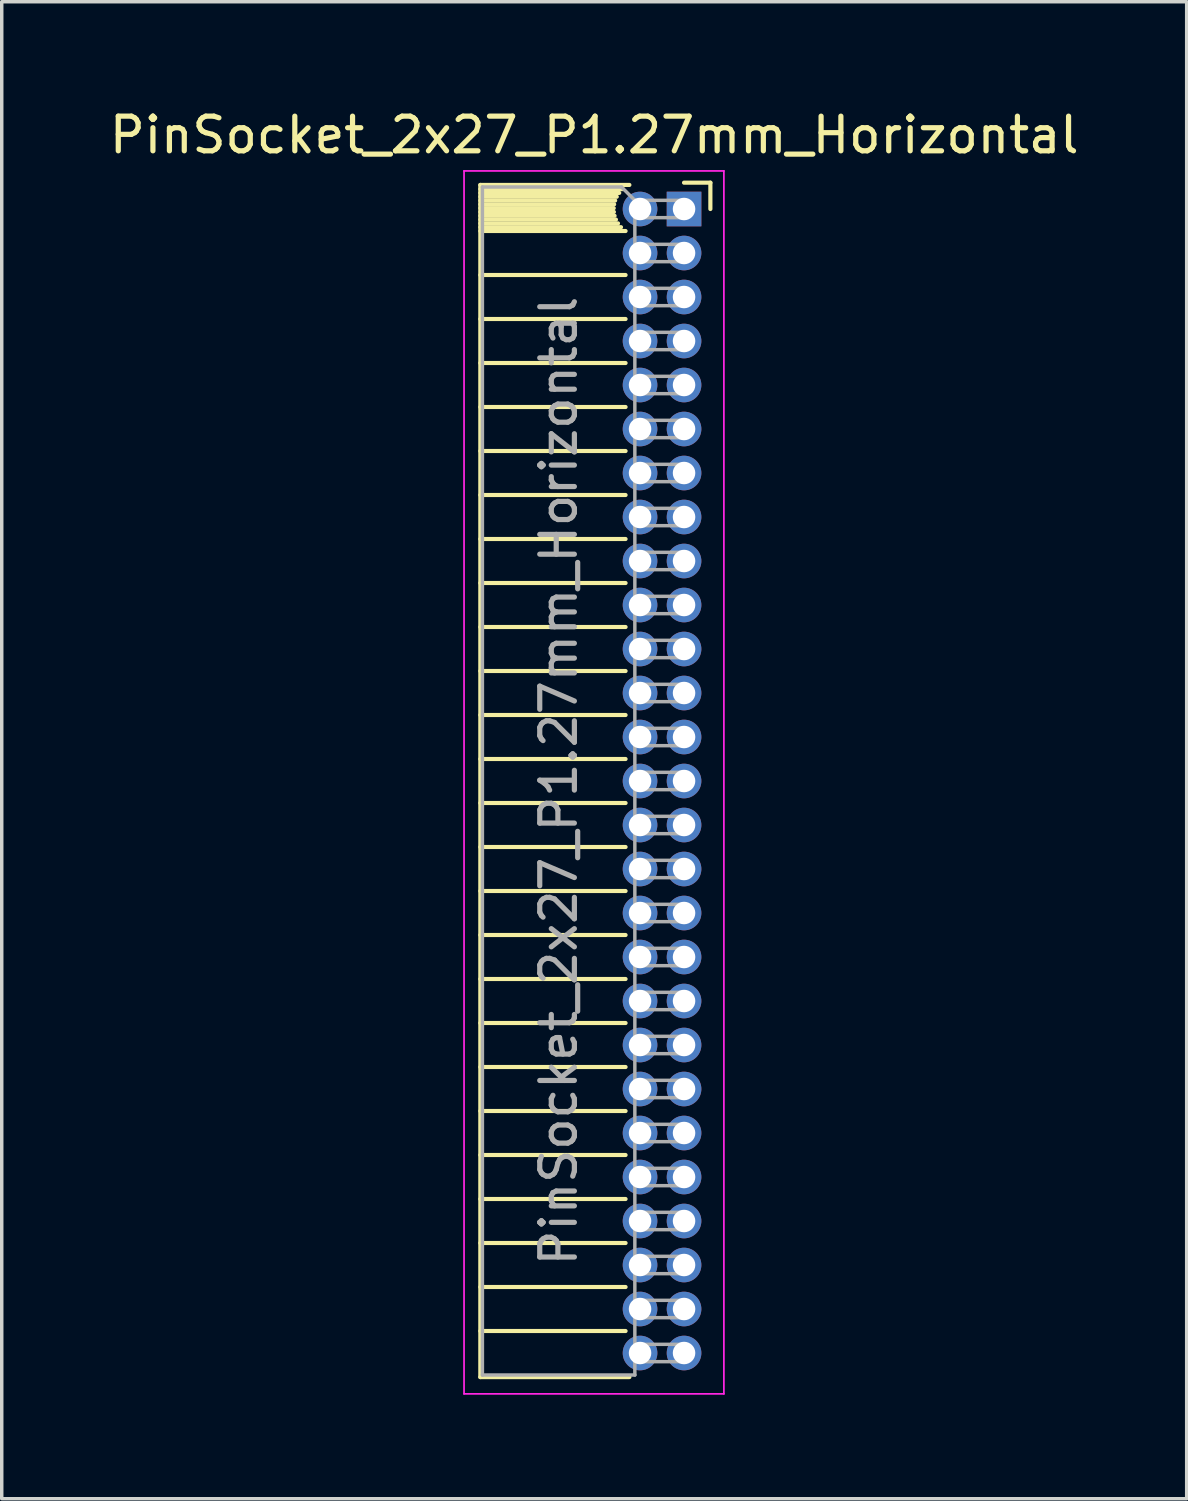
<source format=kicad_pcb>
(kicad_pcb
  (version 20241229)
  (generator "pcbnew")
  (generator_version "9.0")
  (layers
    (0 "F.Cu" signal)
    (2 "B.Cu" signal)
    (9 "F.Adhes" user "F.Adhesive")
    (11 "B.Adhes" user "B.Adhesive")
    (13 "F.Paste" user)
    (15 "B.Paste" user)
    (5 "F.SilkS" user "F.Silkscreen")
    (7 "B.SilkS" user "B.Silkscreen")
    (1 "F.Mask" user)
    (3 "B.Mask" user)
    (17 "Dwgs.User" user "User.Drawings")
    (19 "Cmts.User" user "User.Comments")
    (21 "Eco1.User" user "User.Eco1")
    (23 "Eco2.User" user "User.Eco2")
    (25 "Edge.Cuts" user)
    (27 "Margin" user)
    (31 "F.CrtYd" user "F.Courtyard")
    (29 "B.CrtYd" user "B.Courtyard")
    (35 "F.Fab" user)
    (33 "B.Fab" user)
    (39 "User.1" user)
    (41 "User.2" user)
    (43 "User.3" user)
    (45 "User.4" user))
  (footprint "PinSocket_2x27_P1.27mm_Horizontal"
    (layer "F.Cu")
    (at 16.694 2.983)
    (property "Reference" "PinSocket_2x27_P1.27mm_Horizontal" (at -2.592 -2.135 0) (layer "F.SilkS") (effects (font (size 1 1) (thickness 0.15))))
    (attr through_hole)
    (fp_line (start -5.88 -0.695) (end -5.88 33.715) (stroke (width 0.12) (type solid)) (layer "F.SilkS"))
    (fp_line (start -5.88 -0.695) (end -1.578 -0.695) (stroke (width 0.12) (type solid)) (layer "F.SilkS"))
    (fp_line (start -5.88 -0.575) (end -1.767 -0.575) (stroke (width 0.12) (type solid)) (layer "F.SilkS"))
    (fp_line (start -5.88 -0.465) (end -1.871 -0.465) (stroke (width 0.12) (type solid)) (layer "F.SilkS"))
    (fp_line (start -5.88 -0.355) (end -1.942 -0.355) (stroke (width 0.12) (type solid)) (layer "F.SilkS"))
    (fp_line (start -5.88 -0.245) (end -1.989 -0.245) (stroke (width 0.12) (type solid)) (layer "F.SilkS"))
    (fp_line (start -5.88 -0.135) (end -2.018 -0.135) (stroke (width 0.12) (type solid)) (layer "F.SilkS"))
    (fp_line (start -5.88 -0.025) (end -2.03 -0.025) (stroke (width 0.12) (type solid)) (layer "F.SilkS"))
    (fp_line (start -5.88 0.085) (end -2.025 0.085) (stroke (width 0.12) (type solid)) (layer "F.SilkS"))
    (fp_line (start -5.88 0.195) (end -2.005 0.195) (stroke (width 0.12) (type solid)) (layer "F.SilkS"))
    (fp_line (start -5.88 0.305) (end -1.966 0.305) (stroke (width 0.12) (type solid)) (layer "F.SilkS"))
    (fp_line (start -5.88 0.415) (end -1.907 0.415) (stroke (width 0.12) (type solid)) (layer "F.SilkS"))
    (fp_line (start -5.88 0.525) (end -1.82 0.525) (stroke (width 0.12) (type solid)) (layer "F.SilkS"))
    (fp_line (start -5.88 0.635) (end -1.688 0.635) (stroke (width 0.12) (type solid)) (layer "F.SilkS"))
    (fp_line (start -5.88 1.905) (end -1.688 1.905) (stroke (width 0.12) (type solid)) (layer "F.SilkS"))
    (fp_line (start -5.88 3.175) (end -1.688 3.175) (stroke (width 0.12) (type solid)) (layer "F.SilkS"))
    (fp_line (start -5.88 4.445) (end -1.688 4.445) (stroke (width 0.12) (type solid)) (layer "F.SilkS"))
    (fp_line (start -5.88 5.715) (end -1.688 5.715) (stroke (width 0.12) (type solid)) (layer "F.SilkS"))
    (fp_line (start -5.88 6.985) (end -1.688 6.985) (stroke (width 0.12) (type solid)) (layer "F.SilkS"))
    (fp_line (start -5.88 8.255) (end -1.688 8.255) (stroke (width 0.12) (type solid)) (layer "F.SilkS"))
    (fp_line (start -5.88 9.525) (end -1.688 9.525) (stroke (width 0.12) (type solid)) (layer "F.SilkS"))
    (fp_line (start -5.88 10.795) (end -1.688 10.795) (stroke (width 0.12) (type solid)) (layer "F.SilkS"))
    (fp_line (start -5.88 12.065) (end -1.688 12.065) (stroke (width 0.12) (type solid)) (layer "F.SilkS"))
    (fp_line (start -5.88 13.335) (end -1.688 13.335) (stroke (width 0.12) (type solid)) (layer "F.SilkS"))
    (fp_line (start -5.88 14.605) (end -1.688 14.605) (stroke (width 0.12) (type solid)) (layer "F.SilkS"))
    (fp_line (start -5.88 15.875) (end -1.688 15.875) (stroke (width 0.12) (type solid)) (layer "F.SilkS"))
    (fp_line (start -5.88 17.145) (end -1.688 17.145) (stroke (width 0.12) (type solid)) (layer "F.SilkS"))
    (fp_line (start -5.88 18.415) (end -1.688 18.415) (stroke (width 0.12) (type solid)) (layer "F.SilkS"))
    (fp_line (start -5.88 19.685) (end -1.688 19.685) (stroke (width 0.12) (type solid)) (layer "F.SilkS"))
    (fp_line (start -5.88 20.955) (end -1.688 20.955) (stroke (width 0.12) (type solid)) (layer "F.SilkS"))
    (fp_line (start -5.88 22.225) (end -1.688 22.225) (stroke (width 0.12) (type solid)) (layer "F.SilkS"))
    (fp_line (start -5.88 23.495) (end -1.688 23.495) (stroke (width 0.12) (type solid)) (layer "F.SilkS"))
    (fp_line (start -5.88 24.765) (end -1.688 24.765) (stroke (width 0.12) (type solid)) (layer "F.SilkS"))
    (fp_line (start -5.88 26.035) (end -1.688 26.035) (stroke (width 0.12) (type solid)) (layer "F.SilkS"))
    (fp_line (start -5.88 27.305) (end -1.688 27.305) (stroke (width 0.12) (type solid)) (layer "F.SilkS"))
    (fp_line (start -5.88 28.575) (end -1.688 28.575) (stroke (width 0.12) (type solid)) (layer "F.SilkS"))
    (fp_line (start -5.88 29.845) (end -1.688 29.845) (stroke (width 0.12) (type solid)) (layer "F.SilkS"))
    (fp_line (start -5.88 31.115) (end -1.688 31.115) (stroke (width 0.12) (type solid)) (layer "F.SilkS"))
    (fp_line (start -5.88 32.385) (end -1.688 32.385) (stroke (width 0.12) (type solid)) (layer "F.SilkS"))
    (fp_line (start -5.88 33.715) (end -1.578 33.715) (stroke (width 0.12) (type solid)) (layer "F.SilkS"))
    (fp_line (start 0 -0.76) (end 0.76 -0.76) (stroke (width 0.12) (type solid)) (layer "F.SilkS"))
    (fp_line (start 0.76 -0.76) (end 0.76 0) (stroke (width 0.12) (type solid)) (layer "F.SilkS"))
    (fp_line (start -6.35 -1.1) (end -6.35 34.2) (stroke (width 0.05) (type solid)) (layer "F.CrtYd"))
    (fp_line (start -6.35 34.2) (end 1.15 34.2) (stroke (width 0.05) (type solid)) (layer "F.CrtYd"))
    (fp_line (start 1.15 -1.1) (end -6.35 -1.1) (stroke (width 0.05) (type solid)) (layer "F.CrtYd"))
    (fp_line (start 1.15 34.2) (end 1.15 -1.1) (stroke (width 0.05) (type solid)) (layer "F.CrtYd"))
    (fp_line (start -5.82 -0.635) (end -1.805 -0.635) (stroke (width 0.1) (type solid)) (layer "F.Fab"))
    (fp_line (start -5.82 33.655) (end -5.82 -0.635) (stroke (width 0.1) (type solid)) (layer "F.Fab"))
    (fp_line (start -1.805 -0.635) (end -1.42 -0.25) (stroke (width 0.1) (type solid)) (layer "F.Fab"))
    (fp_line (start -1.42 -0.25) (end -1.42 33.655) (stroke (width 0.1) (type solid)) (layer "F.Fab"))
    (fp_line (start -1.42 0.25) (end 0 0.25) (stroke (width 0.1) (type solid)) (layer "F.Fab"))
    (fp_line (start -1.42 1.52) (end 0 1.52) (stroke (width 0.1) (type solid)) (layer "F.Fab"))
    (fp_line (start -1.42 2.79) (end 0 2.79) (stroke (width 0.1) (type solid)) (layer "F.Fab"))
    (fp_line (start -1.42 4.06) (end 0 4.06) (stroke (width 0.1) (type solid)) (layer "F.Fab"))
    (fp_line (start -1.42 5.33) (end 0 5.33) (stroke (width 0.1) (type solid)) (layer "F.Fab"))
    (fp_line (start -1.42 6.6) (end 0 6.6) (stroke (width 0.1) (type solid)) (layer "F.Fab"))
    (fp_line (start -1.42 7.87) (end 0 7.87) (stroke (width 0.1) (type solid)) (layer "F.Fab"))
    (fp_line (start -1.42 9.14) (end 0 9.14) (stroke (width 0.1) (type solid)) (layer "F.Fab"))
    (fp_line (start -1.42 10.41) (end 0 10.41) (stroke (width 0.1) (type solid)) (layer "F.Fab"))
    (fp_line (start -1.42 11.68) (end 0 11.68) (stroke (width 0.1) (type solid)) (layer "F.Fab"))
    (fp_line (start -1.42 12.95) (end 0 12.95) (stroke (width 0.1) (type solid)) (layer "F.Fab"))
    (fp_line (start -1.42 14.22) (end 0 14.22) (stroke (width 0.1) (type solid)) (layer "F.Fab"))
    (fp_line (start -1.42 15.49) (end 0 15.49) (stroke (width 0.1) (type solid)) (layer "F.Fab"))
    (fp_line (start -1.42 16.76) (end 0 16.76) (stroke (width 0.1) (type solid)) (layer "F.Fab"))
    (fp_line (start -1.42 18.03) (end 0 18.03) (stroke (width 0.1) (type solid)) (layer "F.Fab"))
    (fp_line (start -1.42 19.3) (end 0 19.3) (stroke (width 0.1) (type solid)) (layer "F.Fab"))
    (fp_line (start -1.42 20.57) (end 0 20.57) (stroke (width 0.1) (type solid)) (layer "F.Fab"))
    (fp_line (start -1.42 21.84) (end 0 21.84) (stroke (width 0.1) (type solid)) (layer "F.Fab"))
    (fp_line (start -1.42 23.11) (end 0 23.11) (stroke (width 0.1) (type solid)) (layer "F.Fab"))
    (fp_line (start -1.42 24.38) (end 0 24.38) (stroke (width 0.1) (type solid)) (layer "F.Fab"))
    (fp_line (start -1.42 25.65) (end 0 25.65) (stroke (width 0.1) (type solid)) (layer "F.Fab"))
    (fp_line (start -1.42 26.92) (end 0 26.92) (stroke (width 0.1) (type solid)) (layer "F.Fab"))
    (fp_line (start -1.42 28.19) (end 0 28.19) (stroke (width 0.1) (type solid)) (layer "F.Fab"))
    (fp_line (start -1.42 29.46) (end 0 29.46) (stroke (width 0.1) (type solid)) (layer "F.Fab"))
    (fp_line (start -1.42 30.73) (end 0 30.73) (stroke (width 0.1) (type solid)) (layer "F.Fab"))
    (fp_line (start -1.42 32) (end 0 32) (stroke (width 0.1) (type solid)) (layer "F.Fab"))
    (fp_line (start -1.42 33.27) (end 0 33.27) (stroke (width 0.1) (type solid)) (layer "F.Fab"))
    (fp_line (start -1.42 33.655) (end -5.82 33.655) (stroke (width 0.1) (type solid)) (layer "F.Fab"))
    (fp_line (start 0 -0.25) (end -1.42 -0.25) (stroke (width 0.1) (type solid)) (layer "F.Fab"))
    (fp_line (start 0 0.25) (end 0 -0.25) (stroke (width 0.1) (type solid)) (layer "F.Fab"))
    (fp_line (start 0 1.02) (end -1.42 1.02) (stroke (width 0.1) (type solid)) (layer "F.Fab"))
    (fp_line (start 0 1.52) (end 0 1.02) (stroke (width 0.1) (type solid)) (layer "F.Fab"))
    (fp_line (start 0 2.29) (end -1.42 2.29) (stroke (width 0.1) (type solid)) (layer "F.Fab"))
    (fp_line (start 0 2.79) (end 0 2.29) (stroke (width 0.1) (type solid)) (layer "F.Fab"))
    (fp_line (start 0 3.56) (end -1.42 3.56) (stroke (width 0.1) (type solid)) (layer "F.Fab"))
    (fp_line (start 0 4.06) (end 0 3.56) (stroke (width 0.1) (type solid)) (layer "F.Fab"))
    (fp_line (start 0 4.83) (end -1.42 4.83) (stroke (width 0.1) (type solid)) (layer "F.Fab"))
    (fp_line (start 0 5.33) (end 0 4.83) (stroke (width 0.1) (type solid)) (layer "F.Fab"))
    (fp_line (start 0 6.1) (end -1.42 6.1) (stroke (width 0.1) (type solid)) (layer "F.Fab"))
    (fp_line (start 0 6.6) (end 0 6.1) (stroke (width 0.1) (type solid)) (layer "F.Fab"))
    (fp_line (start 0 7.37) (end -1.42 7.37) (stroke (width 0.1) (type solid)) (layer "F.Fab"))
    (fp_line (start 0 7.87) (end 0 7.37) (stroke (width 0.1) (type solid)) (layer "F.Fab"))
    (fp_line (start 0 8.64) (end -1.42 8.64) (stroke (width 0.1) (type solid)) (layer "F.Fab"))
    (fp_line (start 0 9.14) (end 0 8.64) (stroke (width 0.1) (type solid)) (layer "F.Fab"))
    (fp_line (start 0 9.91) (end -1.42 9.91) (stroke (width 0.1) (type solid)) (layer "F.Fab"))
    (fp_line (start 0 10.41) (end 0 9.91) (stroke (width 0.1) (type solid)) (layer "F.Fab"))
    (fp_line (start 0 11.18) (end -1.42 11.18) (stroke (width 0.1) (type solid)) (layer "F.Fab"))
    (fp_line (start 0 11.68) (end 0 11.18) (stroke (width 0.1) (type solid)) (layer "F.Fab"))
    (fp_line (start 0 12.45) (end -1.42 12.45) (stroke (width 0.1) (type solid)) (layer "F.Fab"))
    (fp_line (start 0 12.95) (end 0 12.45) (stroke (width 0.1) (type solid)) (layer "F.Fab"))
    (fp_line (start 0 13.72) (end -1.42 13.72) (stroke (width 0.1) (type solid)) (layer "F.Fab"))
    (fp_line (start 0 14.22) (end 0 13.72) (stroke (width 0.1) (type solid)) (layer "F.Fab"))
    (fp_line (start 0 14.99) (end -1.42 14.99) (stroke (width 0.1) (type solid)) (layer "F.Fab"))
    (fp_line (start 0 15.49) (end 0 14.99) (stroke (width 0.1) (type solid)) (layer "F.Fab"))
    (fp_line (start 0 16.26) (end -1.42 16.26) (stroke (width 0.1) (type solid)) (layer "F.Fab"))
    (fp_line (start 0 16.76) (end 0 16.26) (stroke (width 0.1) (type solid)) (layer "F.Fab"))
    (fp_line (start 0 17.53) (end -1.42 17.53) (stroke (width 0.1) (type solid)) (layer "F.Fab"))
    (fp_line (start 0 18.03) (end 0 17.53) (stroke (width 0.1) (type solid)) (layer "F.Fab"))
    (fp_line (start 0 18.8) (end -1.42 18.8) (stroke (width 0.1) (type solid)) (layer "F.Fab"))
    (fp_line (start 0 19.3) (end 0 18.8) (stroke (width 0.1) (type solid)) (layer "F.Fab"))
    (fp_line (start 0 20.07) (end -1.42 20.07) (stroke (width 0.1) (type solid)) (layer "F.Fab"))
    (fp_line (start 0 20.57) (end 0 20.07) (stroke (width 0.1) (type solid)) (layer "F.Fab"))
    (fp_line (start 0 21.34) (end -1.42 21.34) (stroke (width 0.1) (type solid)) (layer "F.Fab"))
    (fp_line (start 0 21.84) (end 0 21.34) (stroke (width 0.1) (type solid)) (layer "F.Fab"))
    (fp_line (start 0 22.61) (end -1.42 22.61) (stroke (width 0.1) (type solid)) (layer "F.Fab"))
    (fp_line (start 0 23.11) (end 0 22.61) (stroke (width 0.1) (type solid)) (layer "F.Fab"))
    (fp_line (start 0 23.88) (end -1.42 23.88) (stroke (width 0.1) (type solid)) (layer "F.Fab"))
    (fp_line (start 0 24.38) (end 0 23.88) (stroke (width 0.1) (type solid)) (layer "F.Fab"))
    (fp_line (start 0 25.15) (end -1.42 25.15) (stroke (width 0.1) (type solid)) (layer "F.Fab"))
    (fp_line (start 0 25.65) (end 0 25.15) (stroke (width 0.1) (type solid)) (layer "F.Fab"))
    (fp_line (start 0 26.42) (end -1.42 26.42) (stroke (width 0.1) (type solid)) (layer "F.Fab"))
    (fp_line (start 0 26.92) (end 0 26.42) (stroke (width 0.1) (type solid)) (layer "F.Fab"))
    (fp_line (start 0 27.69) (end -1.42 27.69) (stroke (width 0.1) (type solid)) (layer "F.Fab"))
    (fp_line (start 0 28.19) (end 0 27.69) (stroke (width 0.1) (type solid)) (layer "F.Fab"))
    (fp_line (start 0 28.96) (end -1.42 28.96) (stroke (width 0.1) (type solid)) (layer "F.Fab"))
    (fp_line (start 0 29.46) (end 0 28.96) (stroke (width 0.1) (type solid)) (layer "F.Fab"))
    (fp_line (start 0 30.23) (end -1.42 30.23) (stroke (width 0.1) (type solid)) (layer "F.Fab"))
    (fp_line (start 0 30.73) (end 0 30.23) (stroke (width 0.1) (type solid)) (layer "F.Fab"))
    (fp_line (start 0 31.5) (end -1.42 31.5) (stroke (width 0.1) (type solid)) (layer "F.Fab"))
    (fp_line (start 0 32) (end 0 31.5) (stroke (width 0.1) (type solid)) (layer "F.Fab"))
    (fp_line (start 0 32.77) (end -1.42 32.77) (stroke (width 0.1) (type solid)) (layer "F.Fab"))
    (fp_line (start 0 33.27) (end 0 32.77) (stroke (width 0.1) (type solid)) (layer "F.Fab"))
    (fp_text user "${REFERENCE}" (at -3.62 16.51 90) (layer "F.Fab") (effects (font (size 1 1) (thickness 0.15))))
    (pad "1" thru_hole rect (at 0 0) (size 1 1) (drill 0.65) (layers "*.Cu" "*.Mask"))
    (pad "2" thru_hole oval (at -1.27 0) (size 1 1) (drill 0.65) (layers "*.Cu" "*.Mask"))
    (pad "3" thru_hole oval (at 0 1.27) (size 1 1) (drill 0.65) (layers "*.Cu" "*.Mask"))
    (pad "4" thru_hole oval (at -1.27 1.27) (size 1 1) (drill 0.65) (layers "*.Cu" "*.Mask"))
    (pad "5" thru_hole oval (at 0 2.54) (size 1 1) (drill 0.65) (layers "*.Cu" "*.Mask"))
    (pad "6" thru_hole oval (at -1.27 2.54) (size 1 1) (drill 0.65) (layers "*.Cu" "*.Mask"))
    (pad "7" thru_hole oval (at 0 3.81) (size 1 1) (drill 0.65) (layers "*.Cu" "*.Mask"))
    (pad "8" thru_hole oval (at -1.27 3.81) (size 1 1) (drill 0.65) (layers "*.Cu" "*.Mask"))
    (pad "9" thru_hole oval (at 0 5.08) (size 1 1) (drill 0.65) (layers "*.Cu" "*.Mask"))
    (pad "10" thru_hole oval (at -1.27 5.08) (size 1 1) (drill 0.65) (layers "*.Cu" "*.Mask"))
    (pad "11" thru_hole oval (at 0 6.35) (size 1 1) (drill 0.65) (layers "*.Cu" "*.Mask"))
    (pad "12" thru_hole oval (at -1.27 6.35) (size 1 1) (drill 0.65) (layers "*.Cu" "*.Mask"))
    (pad "13" thru_hole oval (at 0 7.62) (size 1 1) (drill 0.65) (layers "*.Cu" "*.Mask"))
    (pad "14" thru_hole oval (at -1.27 7.62) (size 1 1) (drill 0.65) (layers "*.Cu" "*.Mask"))
    (pad "15" thru_hole oval (at 0 8.89) (size 1 1) (drill 0.65) (layers "*.Cu" "*.Mask"))
    (pad "16" thru_hole oval (at -1.27 8.89) (size 1 1) (drill 0.65) (layers "*.Cu" "*.Mask"))
    (pad "17" thru_hole oval (at 0 10.16) (size 1 1) (drill 0.65) (layers "*.Cu" "*.Mask"))
    (pad "18" thru_hole oval (at -1.27 10.16) (size 1 1) (drill 0.65) (layers "*.Cu" "*.Mask"))
    (pad "19" thru_hole oval (at 0 11.43) (size 1 1) (drill 0.65) (layers "*.Cu" "*.Mask"))
    (pad "20" thru_hole oval (at -1.27 11.43) (size 1 1) (drill 0.65) (layers "*.Cu" "*.Mask"))
    (pad "21" thru_hole oval (at 0 12.7) (size 1 1) (drill 0.65) (layers "*.Cu" "*.Mask"))
    (pad "22" thru_hole oval (at -1.27 12.7) (size 1 1) (drill 0.65) (layers "*.Cu" "*.Mask"))
    (pad "23" thru_hole oval (at 0 13.97) (size 1 1) (drill 0.65) (layers "*.Cu" "*.Mask"))
    (pad "24" thru_hole oval (at -1.27 13.97) (size 1 1) (drill 0.65) (layers "*.Cu" "*.Mask"))
    (pad "25" thru_hole oval (at 0 15.24) (size 1 1) (drill 0.65) (layers "*.Cu" "*.Mask"))
    (pad "26" thru_hole oval (at -1.27 15.24) (size 1 1) (drill 0.65) (layers "*.Cu" "*.Mask"))
    (pad "27" thru_hole oval (at 0 16.51) (size 1 1) (drill 0.65) (layers "*.Cu" "*.Mask"))
    (pad "28" thru_hole oval (at -1.27 16.51) (size 1 1) (drill 0.65) (layers "*.Cu" "*.Mask"))
    (pad "29" thru_hole oval (at 0 17.78) (size 1 1) (drill 0.65) (layers "*.Cu" "*.Mask"))
    (pad "30" thru_hole oval (at -1.27 17.78) (size 1 1) (drill 0.65) (layers "*.Cu" "*.Mask"))
    (pad "31" thru_hole oval (at 0 19.05) (size 1 1) (drill 0.65) (layers "*.Cu" "*.Mask"))
    (pad "32" thru_hole oval (at -1.27 19.05) (size 1 1) (drill 0.65) (layers "*.Cu" "*.Mask"))
    (pad "33" thru_hole oval (at 0 20.32) (size 1 1) (drill 0.65) (layers "*.Cu" "*.Mask"))
    (pad "34" thru_hole oval (at -1.27 20.32) (size 1 1) (drill 0.65) (layers "*.Cu" "*.Mask"))
    (pad "35" thru_hole oval (at 0 21.59) (size 1 1) (drill 0.65) (layers "*.Cu" "*.Mask"))
    (pad "36" thru_hole oval (at -1.27 21.59) (size 1 1) (drill 0.65) (layers "*.Cu" "*.Mask"))
    (pad "37" thru_hole oval (at 0 22.86) (size 1 1) (drill 0.65) (layers "*.Cu" "*.Mask"))
    (pad "38" thru_hole oval (at -1.27 22.86) (size 1 1) (drill 0.65) (layers "*.Cu" "*.Mask"))
    (pad "39" thru_hole oval (at 0 24.13) (size 1 1) (drill 0.65) (layers "*.Cu" "*.Mask"))
    (pad "40" thru_hole oval (at -1.27 24.13) (size 1 1) (drill 0.65) (layers "*.Cu" "*.Mask"))
    (pad "41" thru_hole oval (at 0 25.4) (size 1 1) (drill 0.65) (layers "*.Cu" "*.Mask"))
    (pad "42" thru_hole oval (at -1.27 25.4) (size 1 1) (drill 0.65) (layers "*.Cu" "*.Mask"))
    (pad "43" thru_hole oval (at 0 26.67) (size 1 1) (drill 0.65) (layers "*.Cu" "*.Mask"))
    (pad "44" thru_hole oval (at -1.27 26.67) (size 1 1) (drill 0.65) (layers "*.Cu" "*.Mask"))
    (pad "45" thru_hole oval (at 0 27.94) (size 1 1) (drill 0.65) (layers "*.Cu" "*.Mask"))
    (pad "46" thru_hole oval (at -1.27 27.94) (size 1 1) (drill 0.65) (layers "*.Cu" "*.Mask"))
    (pad "47" thru_hole oval (at 0 29.21) (size 1 1) (drill 0.65) (layers "*.Cu" "*.Mask"))
    (pad "48" thru_hole oval (at -1.27 29.21) (size 1 1) (drill 0.65) (layers "*.Cu" "*.Mask"))
    (pad "49" thru_hole oval (at 0 30.48) (size 1 1) (drill 0.65) (layers "*.Cu" "*.Mask"))
    (pad "50" thru_hole oval (at -1.27 30.48) (size 1 1) (drill 0.65) (layers "*.Cu" "*.Mask"))
    (pad "51" thru_hole oval (at 0 31.75) (size 1 1) (drill 0.65) (layers "*.Cu" "*.Mask"))
    (pad "52" thru_hole oval (at -1.27 31.75) (size 1 1) (drill 0.65) (layers "*.Cu" "*.Mask"))
    (pad "53" thru_hole oval (at 0 33.02) (size 1 1) (drill 0.65) (layers "*.Cu" "*.Mask"))
    (pad "54" thru_hole oval (at -1.27 33.02) (size 1 1) (drill 0.65) (layers "*.Cu" "*.Mask")))
  (gr_rect
    (start -3 -3)
    (end 31.202 40.208)
    (stroke (width 0.1) (type default))
    (fill no)
    (layer "Edge.Cuts")))
</source>
